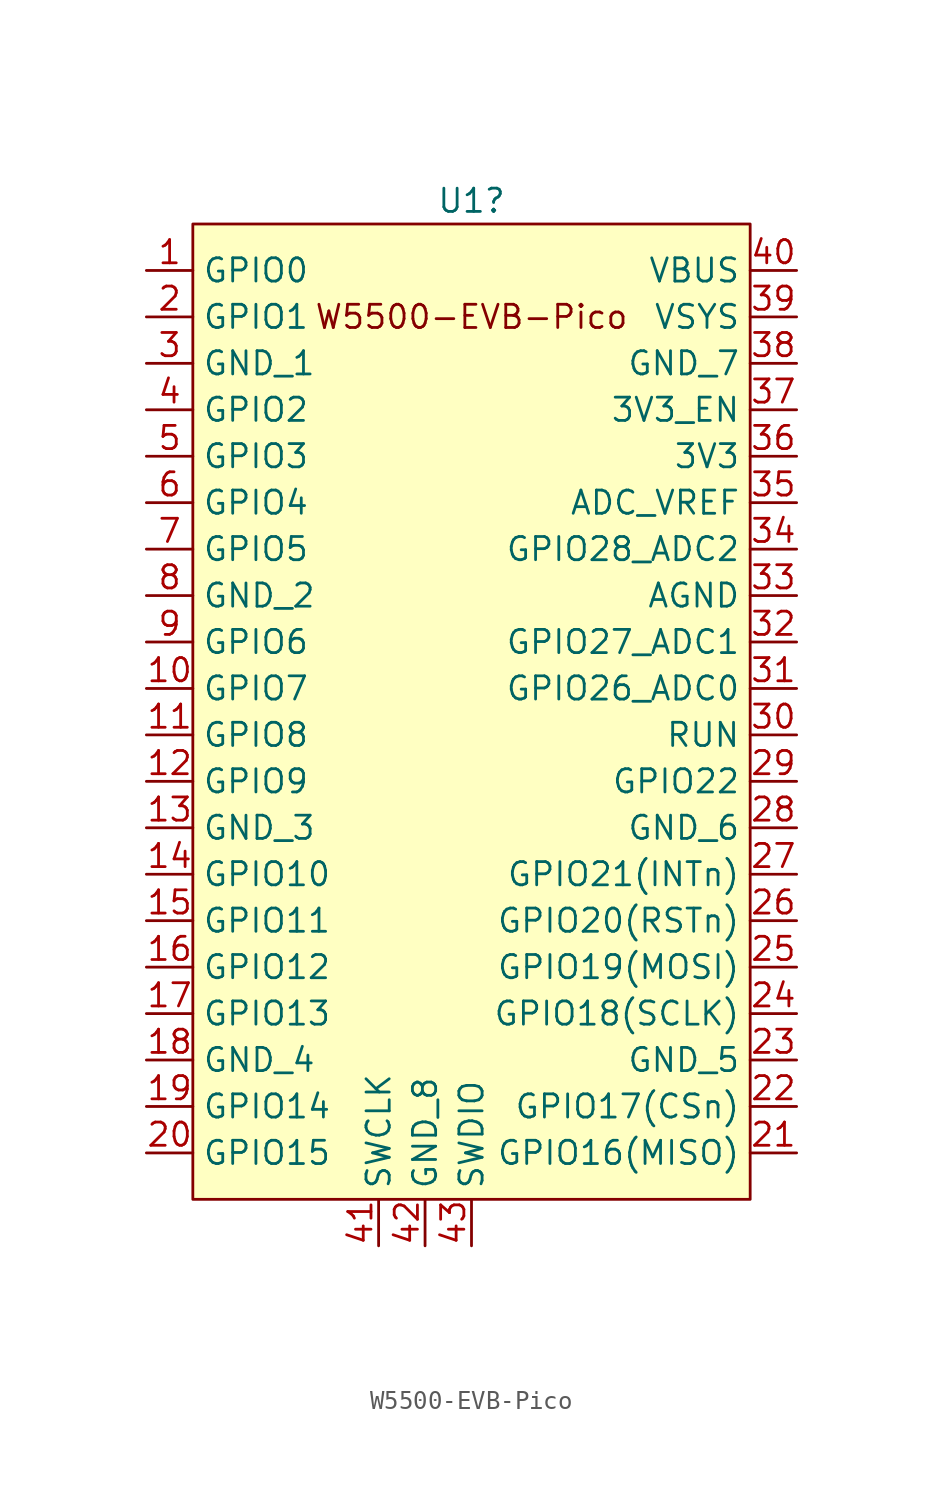
<source format=kicad_sym>
(kicad_symbol_lib
  (version 20220914)
  (generator kicad_symbol_editor)
  (symbol "W5500-EVB-Pico"
    (property "Reference" "U1"
      (at 0 25.4 0)
      (effects (font (size 1.27 1.27))))
    (property "Value" ""
      (at 0 -33.02 0)
      (effects (font (size 1.27 1.27))))
    (symbol "W5500-EVB-Pico_0_1"
      (rectangle (start -15.24 24.13) (end 15.24 -29.21) (stroke (width 0) (type solid)) (fill (type background))))
    (symbol "W5500-EVB-Pico_1_0"
      (text "W5500-EVB-Pico" (at 0 19.05 0) (effects (font (size 1.27 1.27)))))
    (symbol "W5500-EVB-Pico_1_1"
      (pin bidirectional line (at -17.78 21.59 0) (length 2.54) (name "GPIO0" (effects (font (size 1.27 1.27)))) (number "1" (effects (font (size 1.27 1.27)))))
      (pin bidirectional line (at -17.78 -1.27 0) (length 2.54) (name "GPIO7" (effects (font (size 1.27 1.27)))) (number "10" (effects (font (size 1.27 1.27)))))
      (pin bidirectional line (at -17.78 -3.81 0) (length 2.54) (name "GPIO8" (effects (font (size 1.27 1.27)))) (number "11" (effects (font (size 1.27 1.27)))))
      (pin bidirectional line (at -17.78 -6.35 0) (length 2.54) (name "GPIO9" (effects (font (size 1.27 1.27)))) (number "12" (effects (font (size 1.27 1.27)))))
      (pin power_in line (at -17.78 -8.89 0) (length 2.54) (name "GND_3" (effects (font (size 1.27 1.27)))) (number "13" (effects (font (size 1.27 1.27)))))
      (pin bidirectional line (at -17.78 -11.43 0) (length 2.54) (name "GPIO10" (effects (font (size 1.27 1.27)))) (number "14" (effects (font (size 1.27 1.27)))))
      (pin bidirectional line (at -17.78 -13.97 0) (length 2.54) (name "GPIO11" (effects (font (size 1.27 1.27)))) (number "15" (effects (font (size 1.27 1.27)))))
      (pin bidirectional line (at -17.78 -16.51 0) (length 2.54) (name "GPIO12" (effects (font (size 1.27 1.27)))) (number "16" (effects (font (size 1.27 1.27)))))
      (pin bidirectional line (at -17.78 -19.05 0) (length 2.54) (name "GPIO13" (effects (font (size 1.27 1.27)))) (number "17" (effects (font (size 1.27 1.27)))))
      (pin power_in line (at -17.78 -21.59 0) (length 2.54) (name "GND_4" (effects (font (size 1.27 1.27)))) (number "18" (effects (font (size 1.27 1.27)))))
      (pin bidirectional line (at -17.78 -24.13 0) (length 2.54) (name "GPIO14" (effects (font (size 1.27 1.27)))) (number "19" (effects (font (size 1.27 1.27)))))
      (pin bidirectional line (at -17.78 19.05 0) (length 2.54) (name "GPIO1" (effects (font (size 1.27 1.27)))) (number "2" (effects (font (size 1.27 1.27)))))
      (pin bidirectional line (at -17.78 -26.67 0) (length 2.54) (name "GPIO15" (effects (font (size 1.27 1.27)))) (number "20" (effects (font (size 1.27 1.27)))))
      (pin bidirectional line (at 17.78 -26.67 180) (length 2.54) (name "GPIO16(MISO)" (effects (font (size 1.27 1.27)))) (number "21" (effects (font (size 1.27 1.27)))))
      (pin bidirectional line (at 17.78 -24.13 180) (length 2.54) (name "GPIO17(CSn)" (effects (font (size 1.27 1.27)))) (number "22" (effects (font (size 1.27 1.27)))))
      (pin power_in line (at 17.78 -21.59 180) (length 2.54) (name "GND_5" (effects (font (size 1.27 1.27)))) (number "23" (effects (font (size 1.27 1.27)))))
      (pin bidirectional line (at 17.78 -19.05 180) (length 2.54) (name "GPIO18(SCLK)" (effects (font (size 1.27 1.27)))) (number "24" (effects (font (size 1.27 1.27)))))
      (pin bidirectional line (at 17.78 -16.51 180) (length 2.54) (name "GPIO19(MOSI)" (effects (font (size 1.27 1.27)))) (number "25" (effects (font (size 1.27 1.27)))))
      (pin bidirectional line (at 17.78 -13.97 180) (length 2.54) (name "GPIO20(RSTn)" (effects (font (size 1.27 1.27)))) (number "26" (effects (font (size 1.27 1.27)))))
      (pin bidirectional line (at 17.78 -11.43 180) (length 2.54) (name "GPIO21(INTn)" (effects (font (size 1.27 1.27)))) (number "27" (effects (font (size 1.27 1.27)))))
      (pin power_in line (at 17.78 -8.89 180) (length 2.54) (name "GND_6" (effects (font (size 1.27 1.27)))) (number "28" (effects (font (size 1.27 1.27)))))
      (pin bidirectional line (at 17.78 -6.35 180) (length 2.54) (name "GPIO22" (effects (font (size 1.27 1.27)))) (number "29" (effects (font (size 1.27 1.27)))))
      (pin power_in line (at -17.78 16.51 0) (length 2.54) (name "GND_1" (effects (font (size 1.27 1.27)))) (number "3" (effects (font (size 1.27 1.27)))))
      (pin input line (at 17.78 -3.81 180) (length 2.54) (name "RUN" (effects (font (size 1.27 1.27)))) (number "30" (effects (font (size 1.27 1.27)))))
      (pin bidirectional line (at 17.78 -1.27 180) (length 2.54) (name "GPIO26_ADC0" (effects (font (size 1.27 1.27)))) (number "31" (effects (font (size 1.27 1.27)))))
      (pin bidirectional line (at 17.78 1.27 180) (length 2.54) (name "GPIO27_ADC1" (effects (font (size 1.27 1.27)))) (number "32" (effects (font (size 1.27 1.27)))))
      (pin power_in line (at 17.78 3.81 180) (length 2.54) (name "AGND" (effects (font (size 1.27 1.27)))) (number "33" (effects (font (size 1.27 1.27)))))
      (pin bidirectional line (at 17.78 6.35 180) (length 2.54) (name "GPIO28_ADC2" (effects (font (size 1.27 1.27)))) (number "34" (effects (font (size 1.27 1.27)))))
      (pin power_in line (at 17.78 8.89 180) (length 2.54) (name "ADC_VREF" (effects (font (size 1.27 1.27)))) (number "35" (effects (font (size 1.27 1.27)))))
      (pin power_out line (at 17.78 11.43 180) (length 2.54) (name "3V3" (effects (font (size 1.27 1.27)))) (number "36" (effects (font (size 1.27 1.27)))))
      (pin input line (at 17.78 13.97 180) (length 2.54) (name "3V3_EN" (effects (font (size 1.27 1.27)))) (number "37" (effects (font (size 1.27 1.27)))))
      (pin power_in line (at 17.78 16.51 180) (length 2.54) (name "GND_7" (effects (font (size 1.27 1.27)))) (number "38" (effects (font (size 1.27 1.27)))))
      (pin power_in line (at 17.78 19.05 180) (length 2.54) (name "VSYS" (effects (font (size 1.27 1.27)))) (number "39" (effects (font (size 1.27 1.27)))))
      (pin bidirectional line (at -17.78 13.97 0) (length 2.54) (name "GPIO2" (effects (font (size 1.27 1.27)))) (number "4" (effects (font (size 1.27 1.27)))))
      (pin power_out line (at 17.78 21.59 180) (length 2.54) (name "VBUS" (effects (font (size 1.27 1.27)))) (number "40" (effects (font (size 1.27 1.27)))))
      (pin input line (at -5.08 -31.75 90) (length 2.54) (name "SWCLK" (effects (font (size 1.27 1.27)))) (number "41" (effects (font (size 1.27 1.27)))))
      (pin power_in line (at -2.54 -31.75 90) (length 2.54) (name "GND_8" (effects (font (size 1.27 1.27)))) (number "42" (effects (font (size 1.27 1.27)))))
      (pin bidirectional line (at 0 -31.75 90) (length 2.54) (name "SWDIO" (effects (font (size 1.27 1.27)))) (number "43" (effects (font (size 1.27 1.27)))))
      (pin bidirectional line (at -17.78 11.43 0) (length 2.54) (name "GPIO3" (effects (font (size 1.27 1.27)))) (number "5" (effects (font (size 1.27 1.27)))))
      (pin bidirectional line (at -17.78 8.89 0) (length 2.54) (name "GPIO4" (effects (font (size 1.27 1.27)))) (number "6" (effects (font (size 1.27 1.27)))))
      (pin bidirectional line (at -17.78 6.35 0) (length 2.54) (name "GPIO5" (effects (font (size 1.27 1.27)))) (number "7" (effects (font (size 1.27 1.27)))))
      (pin power_in line (at -17.78 3.81 0) (length 2.54) (name "GND_2" (effects (font (size 1.27 1.27)))) (number "8" (effects (font (size 1.27 1.27)))))
      (pin bidirectional line (at -17.78 1.27 0) (length 2.54) (name "GPIO6" (effects (font (size 1.27 1.27)))) (number "9" (effects (font (size 1.27 1.27))))))))
</source>
